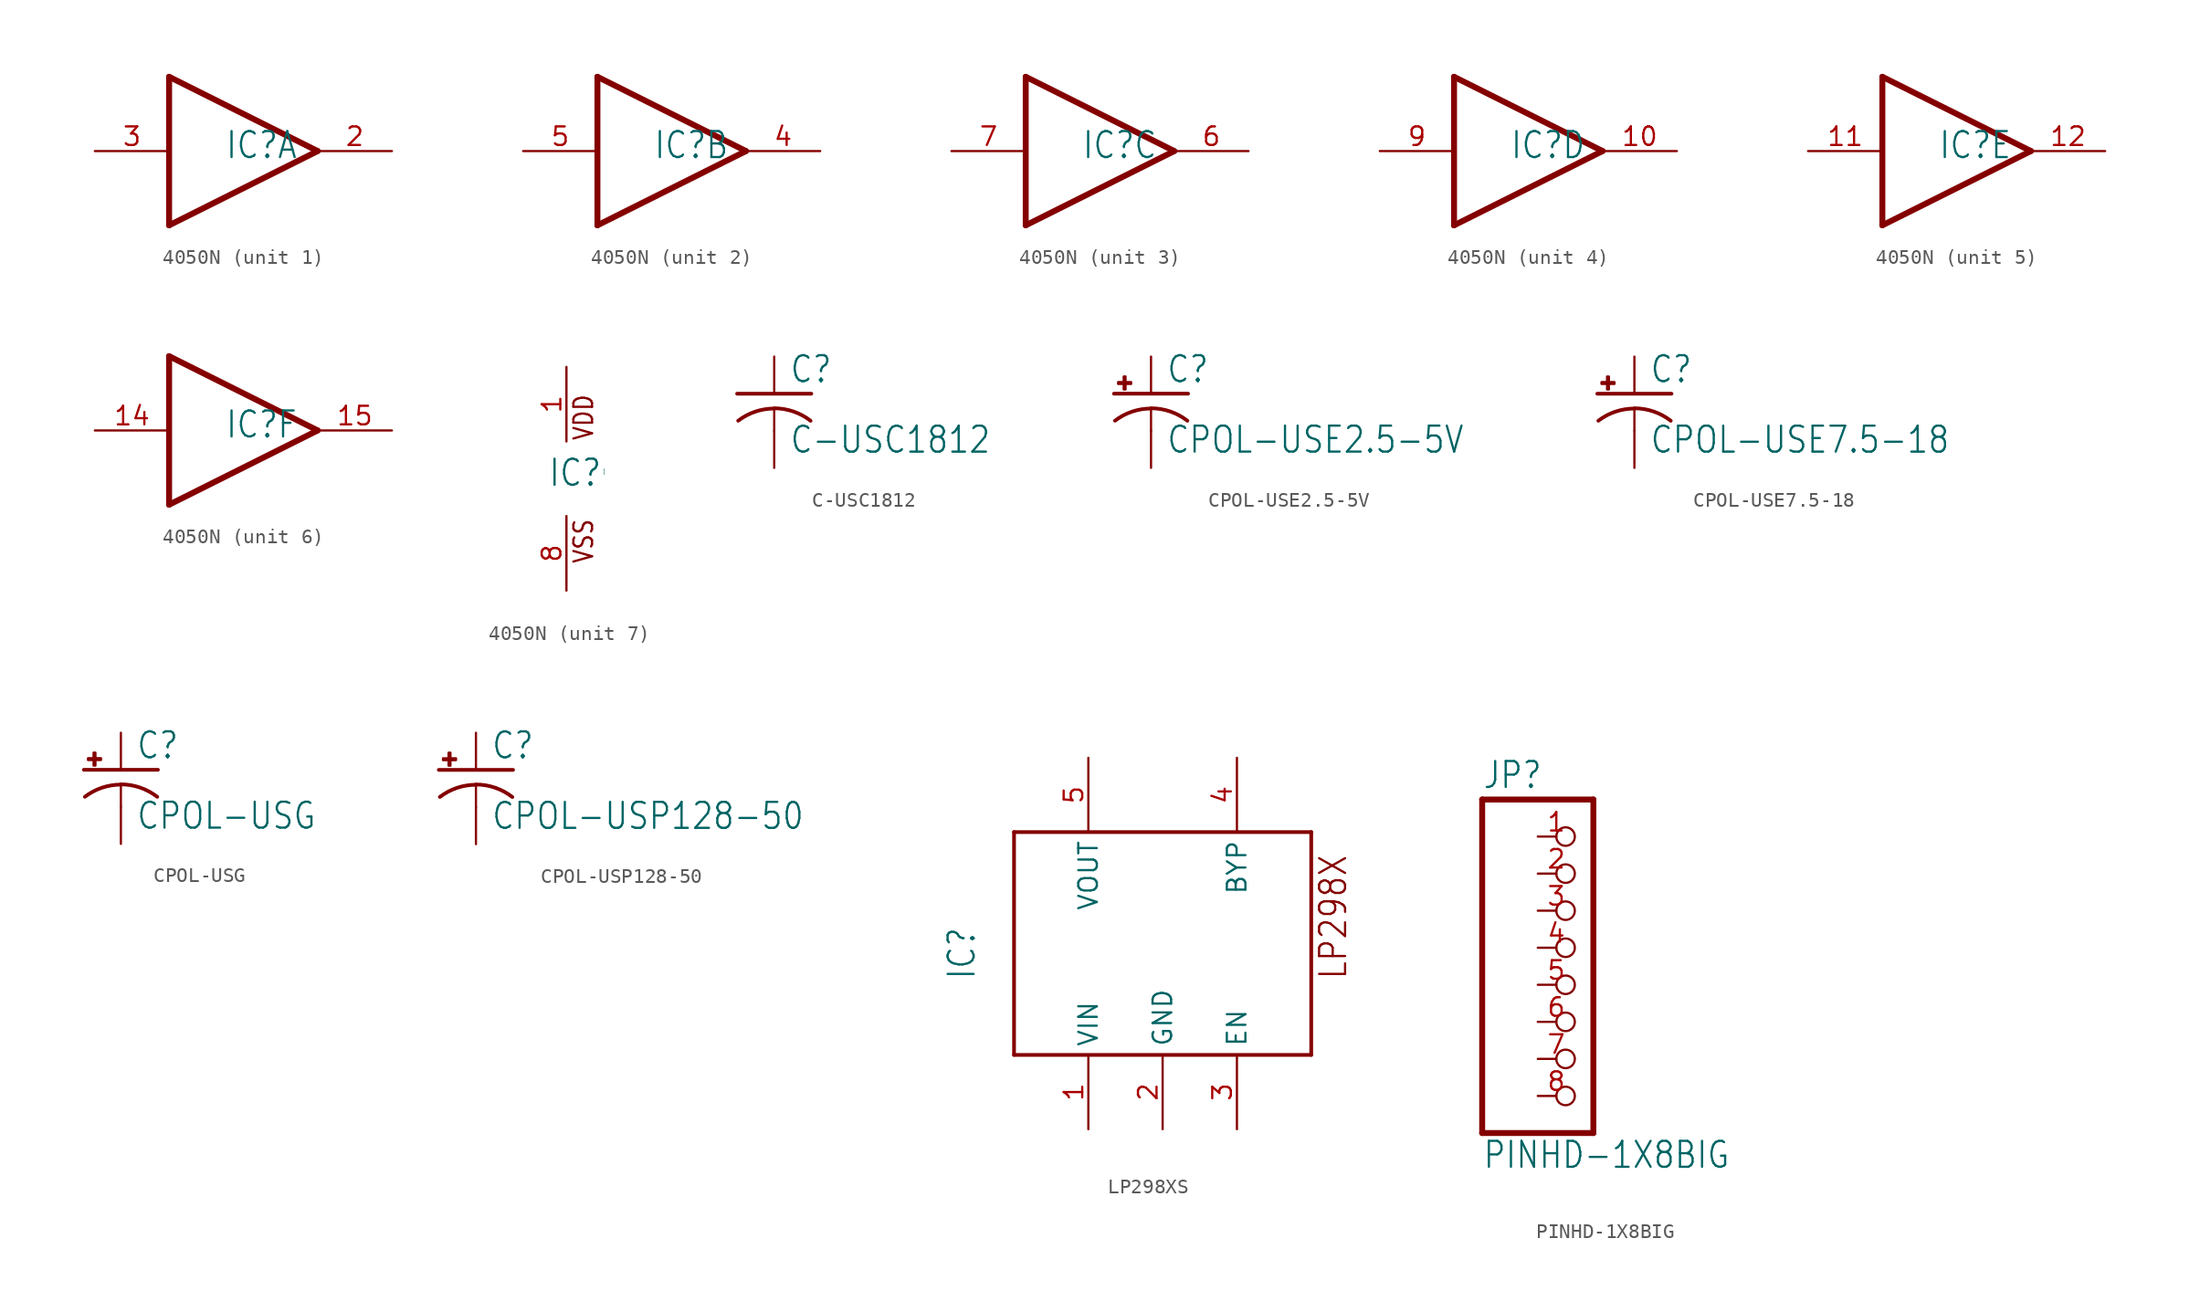
<source format=kicad_sym>
(kicad_symbol_lib
  (version 20211014)
  (generator kicad_symbol_editor)
  (symbol "4050N"
    (property "Reference" "IC"
      (at -1.27 -0.635 0)
      (effects (font (size 1.778 1.511)) (justify left bottom)))
    (property "ki_locked" ""
      (at 0 0 0)
      (effects (font (size 1.27 1.27))))
    (symbol "4050N_1_0"
      (polyline (pts (xy -5.08 -5.08) (xy 5.08 0)) (stroke (width 0.406) (type default) (color 0 0 0 0)) (fill (type none)))
      (polyline (pts (xy -5.08 5.08) (xy -5.08 -5.08)) (stroke (width 0.406) (type default) (color 0 0 0 0)) (fill (type none)))
      (polyline (pts (xy 5.08 0) (xy -5.08 5.08)) (stroke (width 0.406) (type default) (color 0 0 0 0)) (fill (type none)))
      (pin output line (at 10.16 0 180) (length 5.08) (name "O" (effects (font (size 0 0)))) (number "2" (effects (font (size 1.27 1.27)))))
      (pin input line (at -10.16 0 0) (length 5.08) (name "I" (effects (font (size 0 0)))) (number "3" (effects (font (size 1.27 1.27))))))
    (symbol "4050N_2_0"
      (polyline (pts (xy -5.08 -5.08) (xy 5.08 0)) (stroke (width 0.406) (type default) (color 0 0 0 0)) (fill (type none)))
      (polyline (pts (xy -5.08 5.08) (xy -5.08 -5.08)) (stroke (width 0.406) (type default) (color 0 0 0 0)) (fill (type none)))
      (polyline (pts (xy 5.08 0) (xy -5.08 5.08)) (stroke (width 0.406) (type default) (color 0 0 0 0)) (fill (type none)))
      (pin output line (at 10.16 0 180) (length 5.08) (name "O" (effects (font (size 0 0)))) (number "4" (effects (font (size 1.27 1.27)))))
      (pin input line (at -10.16 0 0) (length 5.08) (name "I" (effects (font (size 0 0)))) (number "5" (effects (font (size 1.27 1.27))))))
    (symbol "4050N_3_0"
      (polyline (pts (xy -5.08 -5.08) (xy 5.08 0)) (stroke (width 0.406) (type default) (color 0 0 0 0)) (fill (type none)))
      (polyline (pts (xy -5.08 5.08) (xy -5.08 -5.08)) (stroke (width 0.406) (type default) (color 0 0 0 0)) (fill (type none)))
      (polyline (pts (xy 5.08 0) (xy -5.08 5.08)) (stroke (width 0.406) (type default) (color 0 0 0 0)) (fill (type none)))
      (pin output line (at 10.16 0 180) (length 5.08) (name "O" (effects (font (size 0 0)))) (number "6" (effects (font (size 1.27 1.27)))))
      (pin input line (at -10.16 0 0) (length 5.08) (name "I" (effects (font (size 0 0)))) (number "7" (effects (font (size 1.27 1.27))))))
    (symbol "4050N_4_0"
      (polyline (pts (xy -5.08 -5.08) (xy 5.08 0)) (stroke (width 0.406) (type default) (color 0 0 0 0)) (fill (type none)))
      (polyline (pts (xy -5.08 5.08) (xy -5.08 -5.08)) (stroke (width 0.406) (type default) (color 0 0 0 0)) (fill (type none)))
      (polyline (pts (xy 5.08 0) (xy -5.08 5.08)) (stroke (width 0.406) (type default) (color 0 0 0 0)) (fill (type none)))
      (pin output line (at 10.16 0 180) (length 5.08) (name "O" (effects (font (size 0 0)))) (number "10" (effects (font (size 1.27 1.27)))))
      (pin input line (at -10.16 0 0) (length 5.08) (name "I" (effects (font (size 0 0)))) (number "9" (effects (font (size 1.27 1.27))))))
    (symbol "4050N_5_0"
      (polyline (pts (xy -5.08 -5.08) (xy 5.08 0)) (stroke (width 0.406) (type default) (color 0 0 0 0)) (fill (type none)))
      (polyline (pts (xy -5.08 5.08) (xy -5.08 -5.08)) (stroke (width 0.406) (type default) (color 0 0 0 0)) (fill (type none)))
      (polyline (pts (xy 5.08 0) (xy -5.08 5.08)) (stroke (width 0.406) (type default) (color 0 0 0 0)) (fill (type none)))
      (pin input line (at -10.16 0 0) (length 5.08) (name "I" (effects (font (size 0 0)))) (number "11" (effects (font (size 1.27 1.27)))))
      (pin output line (at 10.16 0 180) (length 5.08) (name "O" (effects (font (size 0 0)))) (number "12" (effects (font (size 1.27 1.27))))))
    (symbol "4050N_6_0"
      (polyline (pts (xy -5.08 -5.08) (xy 5.08 0)) (stroke (width 0.406) (type default) (color 0 0 0 0)) (fill (type none)))
      (polyline (pts (xy -5.08 5.08) (xy -5.08 -5.08)) (stroke (width 0.406) (type default) (color 0 0 0 0)) (fill (type none)))
      (polyline (pts (xy 5.08 0) (xy -5.08 5.08)) (stroke (width 0.406) (type default) (color 0 0 0 0)) (fill (type none)))
      (pin input line (at -10.16 0 0) (length 5.08) (name "I" (effects (font (size 0 0)))) (number "14" (effects (font (size 1.27 1.27)))))
      (pin output line (at 10.16 0 180) (length 5.08) (name "O" (effects (font (size 0 0)))) (number "15" (effects (font (size 1.27 1.27))))))
    (symbol "4050N_7_0"
      (text "VDD" (at 1.905 2.54 900) (effects (font (size 1.27 1.079)) (justify left bottom)))
      (text "VSS" (at 1.905 -5.842 900) (effects (font (size 1.27 1.079)) (justify left bottom)))
      (pin power_in line (at 0 7.62 270) (length 5.08) (name "VDD" (effects (font (size 0 0)))) (number "1" (effects (font (size 1.27 1.27)))))
      (pin power_in line (at 0 -7.62 90) (length 5.08) (name "VSS" (effects (font (size 0 0)))) (number "8" (effects (font (size 1.27 1.27)))))))
  (symbol "C-USC1812"
    (property "Reference" "C"
      (at 1.016 0.635 0)
      (effects (font (size 1.778 1.511)) (justify left bottom)))
    (property "Value" "C-USC1812"
      (at 1.016 -4.191 0)
      (effects (font (size 1.778 1.511)) (justify left bottom)))
    (property "ki_locked" ""
      (at 0 0 0)
      (effects (font (size 1.27 1.27))))
    (symbol "C-USC1812_1_0"
      (arc (start 0 -1.0161) (mid -1.302 -1.2303) (end -2.4668 -1.8504) (stroke (width 0.254) (type default) (color 0 0 0 0)) (fill (type none)))
      (polyline (pts (xy -2.54 0) (xy 2.54 0)) (stroke (width 0.254) (type default) (color 0 0 0 0)) (fill (type none)))
      (polyline (pts (xy 0 -1.016) (xy 0 -2.54)) (stroke (width 0.152) (type default) (color 0 0 0 0)) (fill (type none)))
      (arc (start 2.4892 -1.8542) (mid 1.3158 -1.2195) (end 0 -1) (stroke (width 0.254) (type default) (color 0 0 0 0)) (fill (type none)))
      (pin passive line (at 0 2.54 270) (length 2.54) (name "1" (effects (font (size 0 0)))) (number "1" (effects (font (size 0 0)))))
      (pin passive line (at 0 -5.08 90) (length 2.54) (name "2" (effects (font (size 0 0)))) (number "2" (effects (font (size 0 0)))))))
  (symbol "CPOL-USE2.5-5V"
    (property "Reference" "C"
      (at 1.016 0.635 0)
      (effects (font (size 1.778 1.511)) (justify left bottom)))
    (property "Value" "CPOL-USE2.5-5V"
      (at 1.016 -4.191 0)
      (effects (font (size 1.778 1.511)) (justify left bottom)))
    (property "ki_locked" ""
      (at 0 0 0)
      (effects (font (size 1.27 1.27))))
    (symbol "CPOL-USE2.5-5V_1_0"
      (rectangle (start -2.253 0.668) (end -1.364 0.795) (stroke (width 0) (type default) (color 0 0 0 0)) (fill (type outline)))
      (rectangle (start -1.872 0.287) (end -1.745 1.176) (stroke (width 0) (type default) (color 0 0 0 0)) (fill (type outline)))
      (arc (start 0 -1.0161) (mid -1.3021 -1.2302) (end -2.4669 -1.8504) (stroke (width 0.254) (type default) (color 0 0 0 0)) (fill (type none)))
      (polyline (pts (xy -2.54 0) (xy 2.54 0)) (stroke (width 0.254) (type default) (color 0 0 0 0)) (fill (type none)))
      (polyline (pts (xy 0 -1.016) (xy 0 -2.54)) (stroke (width 0.152) (type default) (color 0 0 0 0)) (fill (type none)))
      (arc (start 2.4892 -1.8542) (mid 1.3158 -1.2195) (end 0 -1) (stroke (width 0.254) (type default) (color 0 0 0 0)) (fill (type none)))
      (pin passive line (at 0 2.54 270) (length 2.54) (name "+" (effects (font (size 0 0)))) (number "+" (effects (font (size 0 0)))))
      (pin passive line (at 0 -5.08 90) (length 2.54) (name "-" (effects (font (size 0 0)))) (number "-" (effects (font (size 0 0)))))))
  (symbol "CPOL-USE7.5-18"
    (property "Reference" "C"
      (at 1.016 0.635 0)
      (effects (font (size 1.778 1.511)) (justify left bottom)))
    (property "Value" "CPOL-USE7.5-18"
      (at 1.016 -4.191 0)
      (effects (font (size 1.778 1.511)) (justify left bottom)))
    (property "ki_locked" ""
      (at 0 0 0)
      (effects (font (size 1.27 1.27))))
    (symbol "CPOL-USE7.5-18_1_0"
      (rectangle (start -2.253 0.668) (end -1.364 0.795) (stroke (width 0) (type default) (color 0 0 0 0)) (fill (type outline)))
      (rectangle (start -1.872 0.287) (end -1.745 1.176) (stroke (width 0) (type default) (color 0 0 0 0)) (fill (type outline)))
      (arc (start 0 -1.0161) (mid -1.3021 -1.2302) (end -2.4669 -1.8504) (stroke (width 0.254) (type default) (color 0 0 0 0)) (fill (type none)))
      (polyline (pts (xy -2.54 0) (xy 2.54 0)) (stroke (width 0.254) (type default) (color 0 0 0 0)) (fill (type none)))
      (polyline (pts (xy 0 -1.016) (xy 0 -2.54)) (stroke (width 0.152) (type default) (color 0 0 0 0)) (fill (type none)))
      (arc (start 2.4892 -1.8542) (mid 1.3158 -1.2195) (end 0 -1) (stroke (width 0.254) (type default) (color 0 0 0 0)) (fill (type none)))
      (pin passive line (at 0 2.54 270) (length 2.54) (name "+" (effects (font (size 0 0)))) (number "+" (effects (font (size 0 0)))))
      (pin passive line (at 0 -5.08 90) (length 2.54) (name "-" (effects (font (size 0 0)))) (number "-" (effects (font (size 0 0)))))))
  (symbol "CPOL-USG"
    (property "Reference" "C"
      (at 1.016 0.635 0)
      (effects (font (size 1.778 1.511)) (justify left bottom)))
    (property "Value" "CPOL-USG"
      (at 1.016 -4.191 0)
      (effects (font (size 1.778 1.511)) (justify left bottom)))
    (property "ki_locked" ""
      (at 0 0 0)
      (effects (font (size 1.27 1.27))))
    (symbol "CPOL-USG_1_0"
      (rectangle (start -2.253 0.668) (end -1.364 0.795) (stroke (width 0) (type default) (color 0 0 0 0)) (fill (type outline)))
      (rectangle (start -1.872 0.287) (end -1.745 1.176) (stroke (width 0) (type default) (color 0 0 0 0)) (fill (type outline)))
      (arc (start 0 -1.0161) (mid -1.3021 -1.2302) (end -2.4669 -1.8504) (stroke (width 0.254) (type default) (color 0 0 0 0)) (fill (type none)))
      (polyline (pts (xy -2.54 0) (xy 2.54 0)) (stroke (width 0.254) (type default) (color 0 0 0 0)) (fill (type none)))
      (polyline (pts (xy 0 -1.016) (xy 0 -2.54)) (stroke (width 0.152) (type default) (color 0 0 0 0)) (fill (type none)))
      (arc (start 2.4892 -1.8542) (mid 1.3158 -1.2195) (end 0 -1) (stroke (width 0.254) (type default) (color 0 0 0 0)) (fill (type none)))
      (pin passive line (at 0 2.54 270) (length 2.54) (name "+" (effects (font (size 0 0)))) (number "+" (effects (font (size 0 0)))))
      (pin passive line (at 0 -5.08 90) (length 2.54) (name "-" (effects (font (size 0 0)))) (number "-" (effects (font (size 0 0)))))))
  (symbol "CPOL-USP128-50"
    (property "Reference" "C"
      (at 1.016 0.635 0)
      (effects (font (size 1.778 1.511)) (justify left bottom)))
    (property "Value" "CPOL-USP128-50"
      (at 1.016 -4.191 0)
      (effects (font (size 1.778 1.511)) (justify left bottom)))
    (property "ki_locked" ""
      (at 0 0 0)
      (effects (font (size 1.27 1.27))))
    (symbol "CPOL-USP128-50_1_0"
      (rectangle (start -2.253 0.668) (end -1.364 0.795) (stroke (width 0) (type default) (color 0 0 0 0)) (fill (type outline)))
      (rectangle (start -1.872 0.287) (end -1.745 1.176) (stroke (width 0) (type default) (color 0 0 0 0)) (fill (type outline)))
      (arc (start 0 -1.0161) (mid -1.3021 -1.2302) (end -2.4669 -1.8504) (stroke (width 0.254) (type default) (color 0 0 0 0)) (fill (type none)))
      (polyline (pts (xy -2.54 0) (xy 2.54 0)) (stroke (width 0.254) (type default) (color 0 0 0 0)) (fill (type none)))
      (polyline (pts (xy 0 -1.016) (xy 0 -2.54)) (stroke (width 0.152) (type default) (color 0 0 0 0)) (fill (type none)))
      (arc (start 2.4892 -1.8542) (mid 1.3158 -1.2195) (end 0 -1) (stroke (width 0.254) (type default) (color 0 0 0 0)) (fill (type none)))
      (pin passive line (at 0 2.54 270) (length 2.54) (name "+" (effects (font (size 0 0)))) (number "+" (effects (font (size 0 0)))))
      (pin passive line (at 0 -5.08 90) (length 2.54) (name "-" (effects (font (size 0 0)))) (number "-" (effects (font (size 0 0)))))))
  (symbol "LP298XS"
    (property "Reference" "IC"
      (at -12.7 -5.08 90)
      (effects (font (size 1.778 1.511)) (justify left bottom)))
    (property "ki_locked" ""
      (at 0 0 0)
      (effects (font (size 1.27 1.27))))
    (symbol "LP298XS_1_0"
      (polyline (pts (xy -10.16 -10.16) (xy 10.16 -10.16)) (stroke (width 0.254) (type default) (color 0 0 0 0)) (fill (type none)))
      (polyline (pts (xy -10.16 5.08) (xy -10.16 -10.16)) (stroke (width 0.254) (type default) (color 0 0 0 0)) (fill (type none)))
      (polyline (pts (xy 10.16 -10.16) (xy 10.16 5.08)) (stroke (width 0.254) (type default) (color 0 0 0 0)) (fill (type none)))
      (polyline (pts (xy 10.16 5.08) (xy -10.16 5.08)) (stroke (width 0.254) (type default) (color 0 0 0 0)) (fill (type none)))
      (text "LP298X" (at 12.7 -5.08 900) (effects (font (size 1.778 1.511)) (justify left bottom)))
      (pin bidirectional line (at -5.08 -15.24 90) (length 5.08) (name "VIN" (effects (font (size 1.27 1.27)))) (number "1" (effects (font (size 1.27 1.27)))))
      (pin bidirectional line (at 0 -15.24 90) (length 5.08) (name "GND" (effects (font (size 1.27 1.27)))) (number "2" (effects (font (size 1.27 1.27)))))
      (pin bidirectional line (at 5.08 -15.24 90) (length 5.08) (name "EN" (effects (font (size 1.27 1.27)))) (number "3" (effects (font (size 1.27 1.27)))))
      (pin bidirectional line (at 5.08 10.16 270) (length 5.08) (name "BYP" (effects (font (size 1.27 1.27)))) (number "4" (effects (font (size 1.27 1.27)))))
      (pin bidirectional line (at -5.08 10.16 270) (length 5.08) (name "VOUT" (effects (font (size 1.27 1.27)))) (number "5" (effects (font (size 1.27 1.27)))))))
  (symbol "PINHD-1X8BIG"
    (property "Reference" "JP"
      (at -6.35 10.795 0)
      (effects (font (size 1.778 1.511)) (justify left bottom)))
    (property "Value" "PINHD-1X8BIG"
      (at -6.35 -15.24 0)
      (effects (font (size 1.778 1.511)) (justify left bottom)))
    (property "ki_locked" ""
      (at 0 0 0)
      (effects (font (size 1.27 1.27))))
    (symbol "PINHD-1X8BIG_1_0"
      (polyline (pts (xy -6.35 -12.7) (xy 1.27 -12.7)) (stroke (width 0.406) (type default) (color 0 0 0 0)) (fill (type none)))
      (polyline (pts (xy -6.35 10.16) (xy -6.35 -12.7)) (stroke (width 0.406) (type default) (color 0 0 0 0)) (fill (type none)))
      (polyline (pts (xy 1.27 -12.7) (xy 1.27 10.16)) (stroke (width 0.406) (type default) (color 0 0 0 0)) (fill (type none)))
      (polyline (pts (xy 1.27 10.16) (xy -6.35 10.16)) (stroke (width 0.406) (type default) (color 0 0 0 0)) (fill (type none)))
      (pin passive inverted (at -2.54 7.62 0) (length 2.54) (name "1" (effects (font (size 0 0)))) (number "1" (effects (font (size 1.27 1.27)))))
      (pin passive inverted (at -2.54 5.08 0) (length 2.54) (name "2" (effects (font (size 0 0)))) (number "2" (effects (font (size 1.27 1.27)))))
      (pin passive inverted (at -2.54 2.54 0) (length 2.54) (name "3" (effects (font (size 0 0)))) (number "3" (effects (font (size 1.27 1.27)))))
      (pin passive inverted (at -2.54 0 0) (length 2.54) (name "4" (effects (font (size 0 0)))) (number "4" (effects (font (size 1.27 1.27)))))
      (pin passive inverted (at -2.54 -2.54 0) (length 2.54) (name "5" (effects (font (size 0 0)))) (number "5" (effects (font (size 1.27 1.27)))))
      (pin passive inverted (at -2.54 -5.08 0) (length 2.54) (name "6" (effects (font (size 0 0)))) (number "6" (effects (font (size 1.27 1.27)))))
      (pin passive inverted (at -2.54 -7.62 0) (length 2.54) (name "7" (effects (font (size 0 0)))) (number "7" (effects (font (size 1.27 1.27)))))
      (pin passive inverted (at -2.54 -10.16 0) (length 2.54) (name "8" (effects (font (size 0 0)))) (number "8" (effects (font (size 1.27 1.27))))))))
</source>
